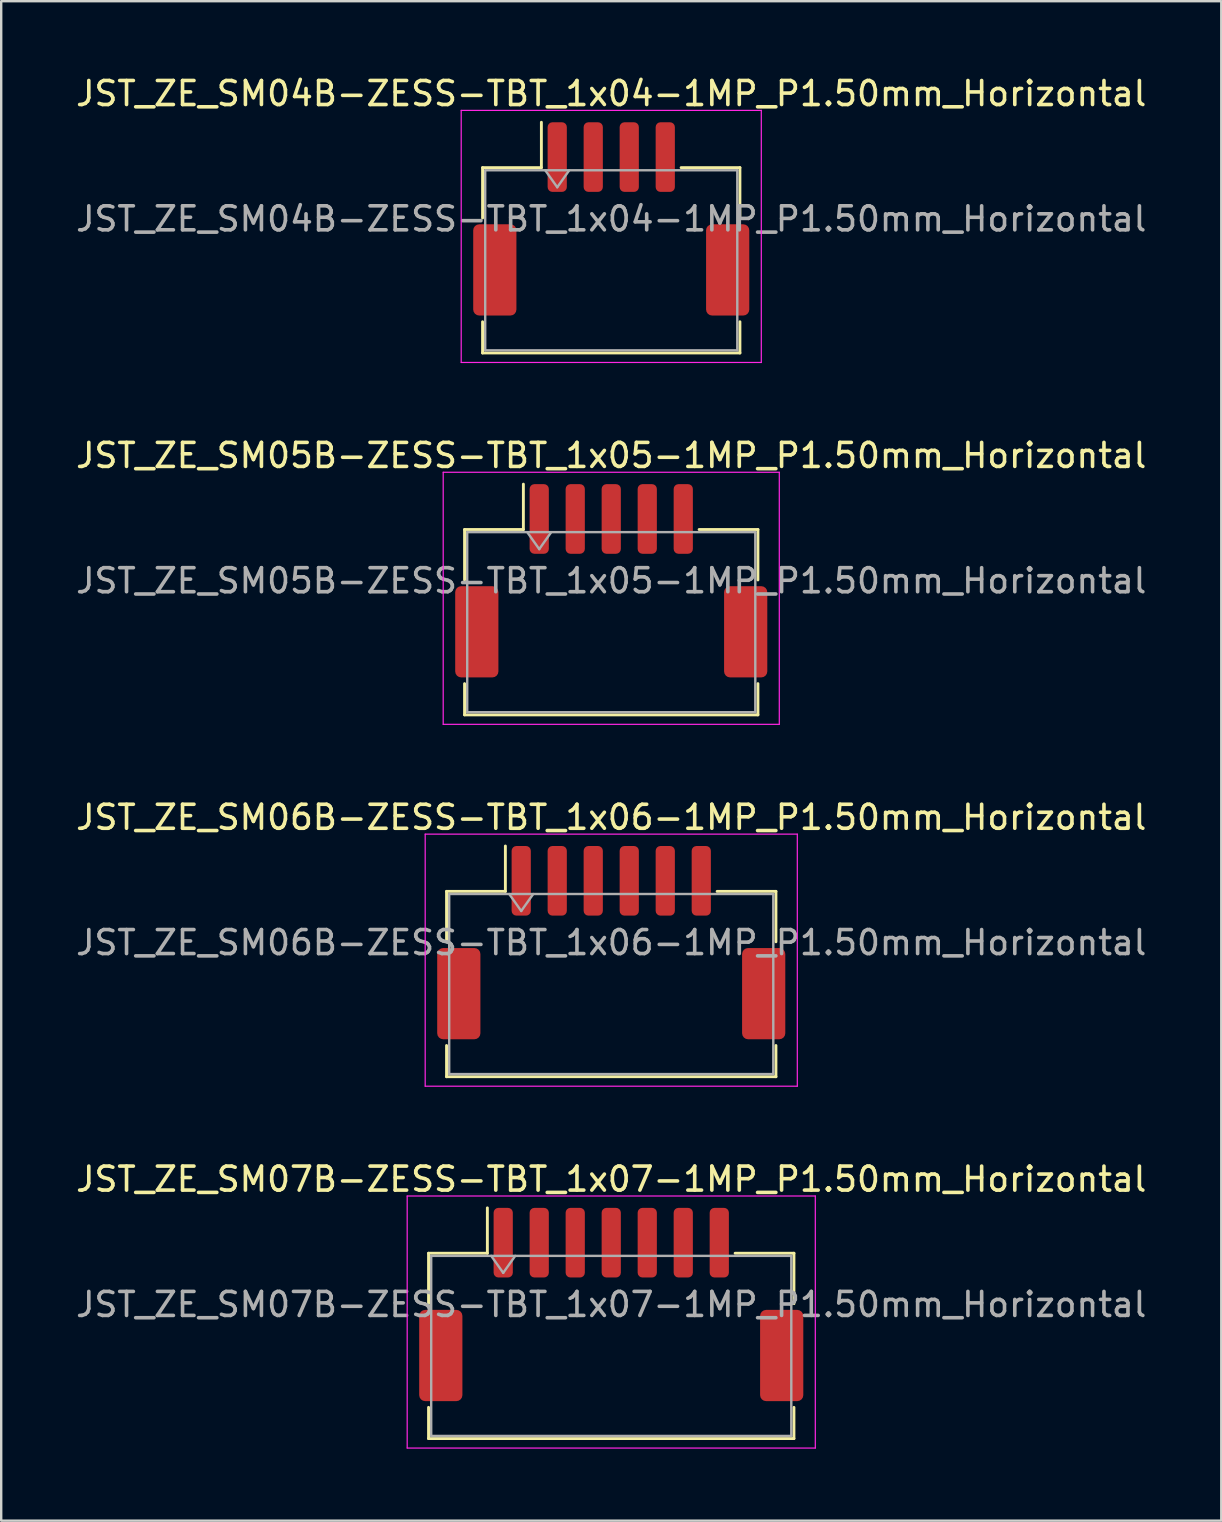
<source format=kicad_pcb>
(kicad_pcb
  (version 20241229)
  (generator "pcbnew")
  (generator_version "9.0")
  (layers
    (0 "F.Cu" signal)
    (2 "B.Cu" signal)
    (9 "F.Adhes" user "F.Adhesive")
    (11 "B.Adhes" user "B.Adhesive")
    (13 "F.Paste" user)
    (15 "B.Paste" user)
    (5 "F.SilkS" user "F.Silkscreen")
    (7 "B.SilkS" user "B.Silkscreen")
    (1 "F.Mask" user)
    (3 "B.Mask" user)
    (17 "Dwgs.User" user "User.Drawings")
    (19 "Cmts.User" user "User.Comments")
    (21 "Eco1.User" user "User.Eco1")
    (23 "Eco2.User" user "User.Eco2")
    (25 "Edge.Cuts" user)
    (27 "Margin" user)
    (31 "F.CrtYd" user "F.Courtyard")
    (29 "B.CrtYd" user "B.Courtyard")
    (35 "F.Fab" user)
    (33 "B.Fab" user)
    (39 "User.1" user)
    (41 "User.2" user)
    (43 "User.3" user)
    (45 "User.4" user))
  (footprint "JST_ZE_SM06B-ZESS-TBT_1x06-1MP_P1.50mm_Horizontal"
    (layer "F.Cu")
    (at 22.411 36.215)
    (property "Reference" "JST_ZE_SM06B-ZESS-TBT_1x06-1MP_P1.50mm_Horizontal" (at 0 -5.22 0) (layer "F.SilkS") (effects (font (size 1 1) (thickness 0.15))))
    (attr smd)
    (fp_line (start -6.86 -2.135) (end -4.41 -2.135) (stroke (width 0.12) (type solid)) (layer "F.SilkS"))
    (fp_line (start -6.86 -0.035) (end -6.86 -2.135) (stroke (width 0.12) (type solid)) (layer "F.SilkS"))
    (fp_line (start -6.86 4.285) (end -6.86 5.585) (stroke (width 0.12) (type solid)) (layer "F.SilkS"))
    (fp_line (start -6.86 5.585) (end 6.86 5.585) (stroke (width 0.12) (type solid)) (layer "F.SilkS"))
    (fp_line (start -4.41 -2.135) (end -4.41 -4.025) (stroke (width 0.12) (type solid)) (layer "F.SilkS"))
    (fp_line (start 6.86 -2.135) (end 4.41 -2.135) (stroke (width 0.12) (type solid)) (layer "F.SilkS"))
    (fp_line (start 6.86 -0.035) (end 6.86 -2.135) (stroke (width 0.12) (type solid)) (layer "F.SilkS"))
    (fp_line (start 6.86 5.585) (end 6.86 4.285) (stroke (width 0.12) (type solid)) (layer "F.SilkS"))
    (fp_line (start -7.75 -4.52) (end -7.75 5.98) (stroke (width 0.05) (type solid)) (layer "F.CrtYd"))
    (fp_line (start -7.75 5.98) (end 7.75 5.98) (stroke (width 0.05) (type solid)) (layer "F.CrtYd"))
    (fp_line (start 7.75 -4.52) (end -7.75 -4.52) (stroke (width 0.05) (type solid)) (layer "F.CrtYd"))
    (fp_line (start 7.75 5.98) (end 7.75 -4.52) (stroke (width 0.05) (type solid)) (layer "F.CrtYd"))
    (fp_line (start -6.75 -2.025) (end -6.75 5.475) (stroke (width 0.1) (type solid)) (layer "F.Fab"))
    (fp_line (start -6.75 -2.025) (end 6.75 -2.025) (stroke (width 0.1) (type solid)) (layer "F.Fab"))
    (fp_line (start -6.75 5.475) (end 6.75 5.475) (stroke (width 0.1) (type solid)) (layer "F.Fab"))
    (fp_line (start -4.25 -2.025) (end -3.75 -1.318) (stroke (width 0.1) (type solid)) (layer "F.Fab"))
    (fp_line (start -3.75 -1.318) (end -3.25 -2.025) (stroke (width 0.1) (type solid)) (layer "F.Fab"))
    (fp_line (start 6.75 -2.025) (end 6.75 5.475) (stroke (width 0.1) (type solid)) (layer "F.Fab"))
    (fp_text user "${REFERENCE}" (at 0 0 0) (layer "F.Fab") (effects (font (size 1 1) (thickness 0.15))))
    (pad "1" smd roundrect (at -3.75 -2.575) (size 0.8 2.9) (layers "F.Cu" "F.Mask" "F.Paste") (roundrect_rratio 0.25))
    (pad "2" smd roundrect (at -2.25 -2.575) (size 0.8 2.9) (layers "F.Cu" "F.Mask" "F.Paste") (roundrect_rratio 0.25))
    (pad "3" smd roundrect (at -0.75 -2.575) (size 0.8 2.9) (layers "F.Cu" "F.Mask" "F.Paste") (roundrect_rratio 0.25))
    (pad "4" smd roundrect (at 0.75 -2.575) (size 0.8 2.9) (layers "F.Cu" "F.Mask" "F.Paste") (roundrect_rratio 0.25))
    (pad "5" smd roundrect (at 2.25 -2.575) (size 0.8 2.9) (layers "F.Cu" "F.Mask" "F.Paste") (roundrect_rratio 0.25))
    (pad "6" smd roundrect (at 3.75 -2.575) (size 0.8 2.9) (layers "F.Cu" "F.Mask" "F.Paste") (roundrect_rratio 0.25))
    (pad "MP" smd roundrect (at -6.35 2.125) (size 1.8 3.8) (layers "F.Cu" "F.Mask" "F.Paste") (roundrect_rratio 0.139))
    (pad "MP" smd roundrect (at 6.35 2.125) (size 1.8 3.8) (layers "F.Cu" "F.Mask" "F.Paste") (roundrect_rratio 0.139)))
  (footprint "JST_ZE_SM07B-ZESS-TBT_1x07-1MP_P1.50mm_Horizontal"
    (layer "F.Cu")
    (at 22.411 51.288)
    (property "Reference" "JST_ZE_SM07B-ZESS-TBT_1x07-1MP_P1.50mm_Horizontal" (at 0 -5.22 0) (layer "F.SilkS") (effects (font (size 1 1) (thickness 0.15))))
    (attr smd)
    (fp_line (start -7.61 -2.135) (end -5.16 -2.135) (stroke (width 0.12) (type solid)) (layer "F.SilkS"))
    (fp_line (start -7.61 -0.035) (end -7.61 -2.135) (stroke (width 0.12) (type solid)) (layer "F.SilkS"))
    (fp_line (start -7.61 4.285) (end -7.61 5.585) (stroke (width 0.12) (type solid)) (layer "F.SilkS"))
    (fp_line (start -7.61 5.585) (end 7.61 5.585) (stroke (width 0.12) (type solid)) (layer "F.SilkS"))
    (fp_line (start -5.16 -2.135) (end -5.16 -4.025) (stroke (width 0.12) (type solid)) (layer "F.SilkS"))
    (fp_line (start 7.61 -2.135) (end 5.16 -2.135) (stroke (width 0.12) (type solid)) (layer "F.SilkS"))
    (fp_line (start 7.61 -0.035) (end 7.61 -2.135) (stroke (width 0.12) (type solid)) (layer "F.SilkS"))
    (fp_line (start 7.61 5.585) (end 7.61 4.285) (stroke (width 0.12) (type solid)) (layer "F.SilkS"))
    (fp_line (start -8.5 -4.52) (end -8.5 5.98) (stroke (width 0.05) (type solid)) (layer "F.CrtYd"))
    (fp_line (start -8.5 5.98) (end 8.5 5.98) (stroke (width 0.05) (type solid)) (layer "F.CrtYd"))
    (fp_line (start 8.5 -4.52) (end -8.5 -4.52) (stroke (width 0.05) (type solid)) (layer "F.CrtYd"))
    (fp_line (start 8.5 5.98) (end 8.5 -4.52) (stroke (width 0.05) (type solid)) (layer "F.CrtYd"))
    (fp_line (start -7.5 -2.025) (end -7.5 5.475) (stroke (width 0.1) (type solid)) (layer "F.Fab"))
    (fp_line (start -7.5 -2.025) (end 7.5 -2.025) (stroke (width 0.1) (type solid)) (layer "F.Fab"))
    (fp_line (start -7.5 5.475) (end 7.5 5.475) (stroke (width 0.1) (type solid)) (layer "F.Fab"))
    (fp_line (start -5 -2.025) (end -4.5 -1.318) (stroke (width 0.1) (type solid)) (layer "F.Fab"))
    (fp_line (start -4.5 -1.318) (end -4 -2.025) (stroke (width 0.1) (type solid)) (layer "F.Fab"))
    (fp_line (start 7.5 -2.025) (end 7.5 5.475) (stroke (width 0.1) (type solid)) (layer "F.Fab"))
    (fp_text user "${REFERENCE}" (at 0 0 0) (layer "F.Fab") (effects (font (size 1 1) (thickness 0.15))))
    (pad "1" smd roundrect (at -4.5 -2.575) (size 0.8 2.9) (layers "F.Cu" "F.Mask" "F.Paste") (roundrect_rratio 0.25))
    (pad "2" smd roundrect (at -3 -2.575) (size 0.8 2.9) (layers "F.Cu" "F.Mask" "F.Paste") (roundrect_rratio 0.25))
    (pad "3" smd roundrect (at -1.5 -2.575) (size 0.8 2.9) (layers "F.Cu" "F.Mask" "F.Paste") (roundrect_rratio 0.25))
    (pad "4" smd roundrect (at 0 -2.575) (size 0.8 2.9) (layers "F.Cu" "F.Mask" "F.Paste") (roundrect_rratio 0.25))
    (pad "5" smd roundrect (at 1.5 -2.575) (size 0.8 2.9) (layers "F.Cu" "F.Mask" "F.Paste") (roundrect_rratio 0.25))
    (pad "6" smd roundrect (at 3 -2.575) (size 0.8 2.9) (layers "F.Cu" "F.Mask" "F.Paste") (roundrect_rratio 0.25))
    (pad "7" smd roundrect (at 4.5 -2.575) (size 0.8 2.9) (layers "F.Cu" "F.Mask" "F.Paste") (roundrect_rratio 0.25))
    (pad "MP" smd roundrect (at -7.1 2.125) (size 1.8 3.8) (layers "F.Cu" "F.Mask" "F.Paste") (roundrect_rratio 0.139))
    (pad "MP" smd roundrect (at 7.1 2.125) (size 1.8 3.8) (layers "F.Cu" "F.Mask" "F.Paste") (roundrect_rratio 0.139)))
  (footprint "JST_ZE_SM04B-ZESS-TBT_1x04-1MP_P1.50mm_Horizontal"
    (layer "F.Cu")
    (at 22.411 6.068)
    (property "Reference" "JST_ZE_SM04B-ZESS-TBT_1x04-1MP_P1.50mm_Horizontal" (at 0 -5.22 0) (layer "F.SilkS") (effects (font (size 1 1) (thickness 0.15))))
    (attr smd)
    (fp_line (start -5.36 -2.135) (end -2.91 -2.135) (stroke (width 0.12) (type solid)) (layer "F.SilkS"))
    (fp_line (start -5.36 -0.035) (end -5.36 -2.135) (stroke (width 0.12) (type solid)) (layer "F.SilkS"))
    (fp_line (start -5.36 4.285) (end -5.36 5.585) (stroke (width 0.12) (type solid)) (layer "F.SilkS"))
    (fp_line (start -5.36 5.585) (end 5.36 5.585) (stroke (width 0.12) (type solid)) (layer "F.SilkS"))
    (fp_line (start -2.91 -2.135) (end -2.91 -4.025) (stroke (width 0.12) (type solid)) (layer "F.SilkS"))
    (fp_line (start 5.36 -2.135) (end 2.91 -2.135) (stroke (width 0.12) (type solid)) (layer "F.SilkS"))
    (fp_line (start 5.36 -0.035) (end 5.36 -2.135) (stroke (width 0.12) (type solid)) (layer "F.SilkS"))
    (fp_line (start 5.36 5.585) (end 5.36 4.285) (stroke (width 0.12) (type solid)) (layer "F.SilkS"))
    (fp_line (start -6.25 -4.52) (end -6.25 5.98) (stroke (width 0.05) (type solid)) (layer "F.CrtYd"))
    (fp_line (start -6.25 5.98) (end 6.25 5.98) (stroke (width 0.05) (type solid)) (layer "F.CrtYd"))
    (fp_line (start 6.25 -4.52) (end -6.25 -4.52) (stroke (width 0.05) (type solid)) (layer "F.CrtYd"))
    (fp_line (start 6.25 5.98) (end 6.25 -4.52) (stroke (width 0.05) (type solid)) (layer "F.CrtYd"))
    (fp_line (start -5.25 -2.025) (end -5.25 5.475) (stroke (width 0.1) (type solid)) (layer "F.Fab"))
    (fp_line (start -5.25 -2.025) (end 5.25 -2.025) (stroke (width 0.1) (type solid)) (layer "F.Fab"))
    (fp_line (start -5.25 5.475) (end 5.25 5.475) (stroke (width 0.1) (type solid)) (layer "F.Fab"))
    (fp_line (start -2.75 -2.025) (end -2.25 -1.318) (stroke (width 0.1) (type solid)) (layer "F.Fab"))
    (fp_line (start -2.25 -1.318) (end -1.75 -2.025) (stroke (width 0.1) (type solid)) (layer "F.Fab"))
    (fp_line (start 5.25 -2.025) (end 5.25 5.475) (stroke (width 0.1) (type solid)) (layer "F.Fab"))
    (fp_text user "${REFERENCE}" (at 0 0 0) (layer "F.Fab") (effects (font (size 1 1) (thickness 0.15))))
    (pad "1" smd roundrect (at -2.25 -2.575) (size 0.8 2.9) (layers "F.Cu" "F.Mask" "F.Paste") (roundrect_rratio 0.25))
    (pad "2" smd roundrect (at -0.75 -2.575) (size 0.8 2.9) (layers "F.Cu" "F.Mask" "F.Paste") (roundrect_rratio 0.25))
    (pad "3" smd roundrect (at 0.75 -2.575) (size 0.8 2.9) (layers "F.Cu" "F.Mask" "F.Paste") (roundrect_rratio 0.25))
    (pad "4" smd roundrect (at 2.25 -2.575) (size 0.8 2.9) (layers "F.Cu" "F.Mask" "F.Paste") (roundrect_rratio 0.25))
    (pad "MP" smd roundrect (at -4.85 2.125) (size 1.8 3.8) (layers "F.Cu" "F.Mask" "F.Paste") (roundrect_rratio 0.139))
    (pad "MP" smd roundrect (at 4.85 2.125) (size 1.8 3.8) (layers "F.Cu" "F.Mask" "F.Paste") (roundrect_rratio 0.139)))
  (footprint "JST_ZE_SM05B-ZESS-TBT_1x05-1MP_P1.50mm_Horizontal"
    (layer "F.Cu")
    (at 22.411 21.142)
    (property "Reference" "JST_ZE_SM05B-ZESS-TBT_1x05-1MP_P1.50mm_Horizontal" (at 0 -5.22 0) (layer "F.SilkS") (effects (font (size 1 1) (thickness 0.15))))
    (attr smd)
    (fp_line (start -6.11 -2.135) (end -3.66 -2.135) (stroke (width 0.12) (type solid)) (layer "F.SilkS"))
    (fp_line (start -6.11 -0.035) (end -6.11 -2.135) (stroke (width 0.12) (type solid)) (layer "F.SilkS"))
    (fp_line (start -6.11 4.285) (end -6.11 5.585) (stroke (width 0.12) (type solid)) (layer "F.SilkS"))
    (fp_line (start -6.11 5.585) (end 6.11 5.585) (stroke (width 0.12) (type solid)) (layer "F.SilkS"))
    (fp_line (start -3.66 -2.135) (end -3.66 -4.025) (stroke (width 0.12) (type solid)) (layer "F.SilkS"))
    (fp_line (start 6.11 -2.135) (end 3.66 -2.135) (stroke (width 0.12) (type solid)) (layer "F.SilkS"))
    (fp_line (start 6.11 -0.035) (end 6.11 -2.135) (stroke (width 0.12) (type solid)) (layer "F.SilkS"))
    (fp_line (start 6.11 5.585) (end 6.11 4.285) (stroke (width 0.12) (type solid)) (layer "F.SilkS"))
    (fp_line (start -7 -4.52) (end -7 5.98) (stroke (width 0.05) (type solid)) (layer "F.CrtYd"))
    (fp_line (start -7 5.98) (end 7 5.98) (stroke (width 0.05) (type solid)) (layer "F.CrtYd"))
    (fp_line (start 7 -4.52) (end -7 -4.52) (stroke (width 0.05) (type solid)) (layer "F.CrtYd"))
    (fp_line (start 7 5.98) (end 7 -4.52) (stroke (width 0.05) (type solid)) (layer "F.CrtYd"))
    (fp_line (start -6 -2.025) (end -6 5.475) (stroke (width 0.1) (type solid)) (layer "F.Fab"))
    (fp_line (start -6 -2.025) (end 6 -2.025) (stroke (width 0.1) (type solid)) (layer "F.Fab"))
    (fp_line (start -6 5.475) (end 6 5.475) (stroke (width 0.1) (type solid)) (layer "F.Fab"))
    (fp_line (start -3.5 -2.025) (end -3 -1.318) (stroke (width 0.1) (type solid)) (layer "F.Fab"))
    (fp_line (start -3 -1.318) (end -2.5 -2.025) (stroke (width 0.1) (type solid)) (layer "F.Fab"))
    (fp_line (start 6 -2.025) (end 6 5.475) (stroke (width 0.1) (type solid)) (layer "F.Fab"))
    (fp_text user "${REFERENCE}" (at 0 0 0) (layer "F.Fab") (effects (font (size 1 1) (thickness 0.15))))
    (pad "1" smd roundrect (at -3 -2.575) (size 0.8 2.9) (layers "F.Cu" "F.Mask" "F.Paste") (roundrect_rratio 0.25))
    (pad "2" smd roundrect (at -1.5 -2.575) (size 0.8 2.9) (layers "F.Cu" "F.Mask" "F.Paste") (roundrect_rratio 0.25))
    (pad "3" smd roundrect (at 0 -2.575) (size 0.8 2.9) (layers "F.Cu" "F.Mask" "F.Paste") (roundrect_rratio 0.25))
    (pad "4" smd roundrect (at 1.5 -2.575) (size 0.8 2.9) (layers "F.Cu" "F.Mask" "F.Paste") (roundrect_rratio 0.25))
    (pad "5" smd roundrect (at 3 -2.575) (size 0.8 2.9) (layers "F.Cu" "F.Mask" "F.Paste") (roundrect_rratio 0.25))
    (pad "MP" smd roundrect (at -5.6 2.125) (size 1.8 3.8) (layers "F.Cu" "F.Mask" "F.Paste") (roundrect_rratio 0.139))
    (pad "MP" smd roundrect (at 5.6 2.125) (size 1.8 3.8) (layers "F.Cu" "F.Mask" "F.Paste") (roundrect_rratio 0.139)))
  (gr_rect
    (start -3 -3)
    (end 47.821 60.293)
    (stroke (width 0.1) (type default))
    (fill no)
    (layer "Edge.Cuts")))
</source>
